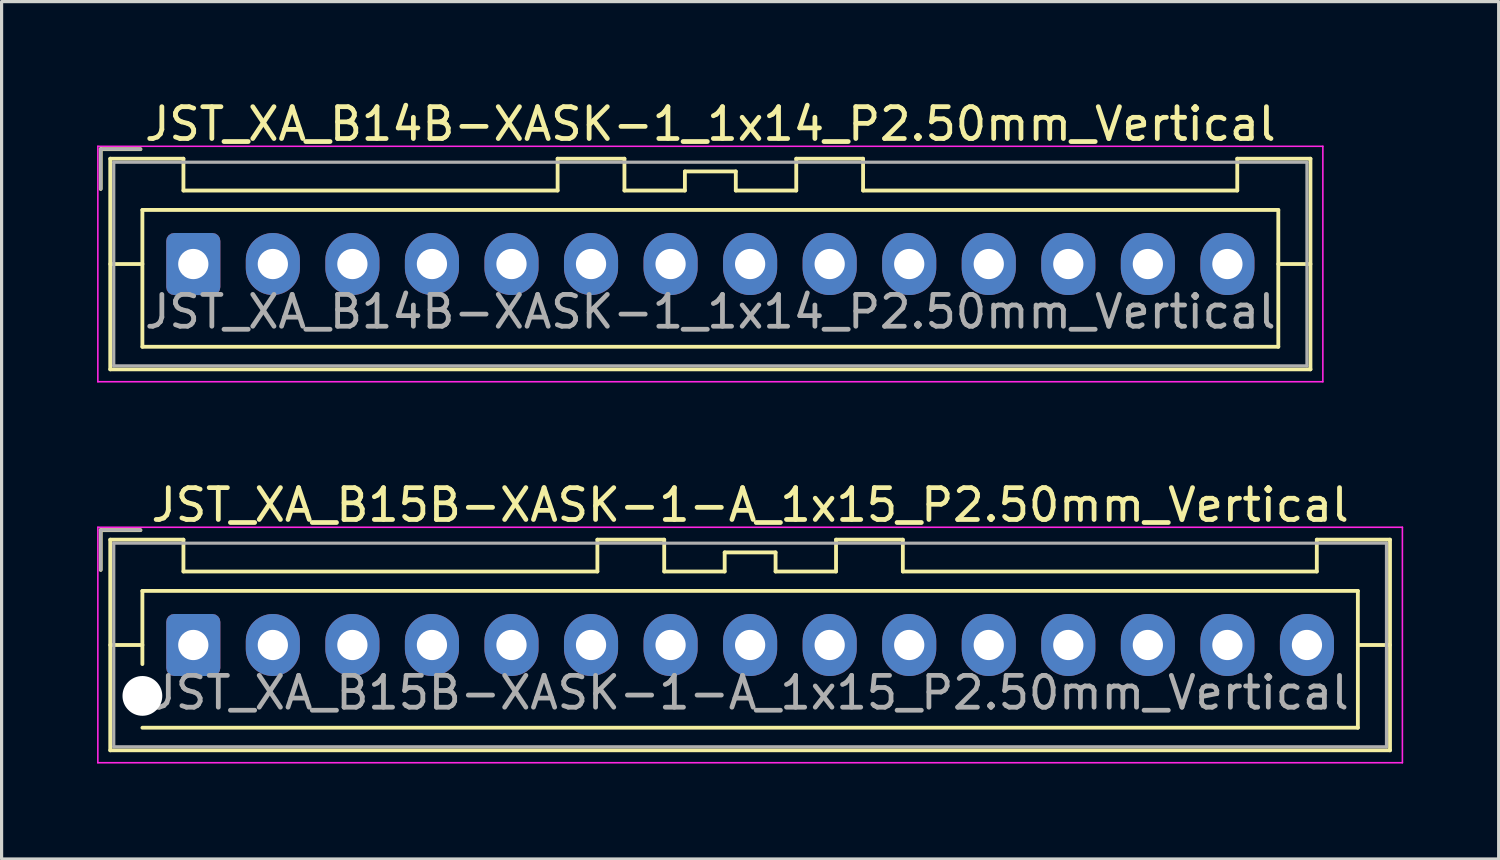
<source format=kicad_pcb>
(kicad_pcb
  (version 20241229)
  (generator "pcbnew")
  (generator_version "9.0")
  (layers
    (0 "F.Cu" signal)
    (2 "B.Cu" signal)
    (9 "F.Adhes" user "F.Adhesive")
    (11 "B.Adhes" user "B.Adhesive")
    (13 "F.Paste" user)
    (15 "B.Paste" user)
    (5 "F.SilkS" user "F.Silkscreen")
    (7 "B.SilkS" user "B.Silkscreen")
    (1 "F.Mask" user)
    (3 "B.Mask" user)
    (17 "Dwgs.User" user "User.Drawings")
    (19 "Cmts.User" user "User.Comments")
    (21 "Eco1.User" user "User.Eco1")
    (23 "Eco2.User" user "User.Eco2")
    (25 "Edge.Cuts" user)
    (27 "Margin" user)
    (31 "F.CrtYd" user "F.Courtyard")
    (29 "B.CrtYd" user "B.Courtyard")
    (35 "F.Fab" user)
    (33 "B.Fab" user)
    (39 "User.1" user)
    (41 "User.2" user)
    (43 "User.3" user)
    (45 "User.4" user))
  (footprint "JST_XA_B14B-XASK-1_1x14_P2.50mm_Vertical"
    (layer "F.Cu")
    (at 3.025 5.248)
    (property "Reference" "JST_XA_B14B-XASK-1_1x14_P2.50mm_Vertical" (at 16.25 -4.4 0) (layer "F.SilkS") (effects (font (size 1 1) (thickness 0.15))))
    (attr through_hole)
    (fp_line (start -2.91 -3.61) (end -2.91 -2.36) (stroke (width 0.12) (type solid)) (layer "F.SilkS"))
    (fp_line (start -2.61 -3.31) (end -2.61 3.31) (stroke (width 0.12) (type solid)) (layer "F.SilkS"))
    (fp_line (start -2.61 0) (end -1.6 0) (stroke (width 0.12) (type solid)) (layer "F.SilkS"))
    (fp_line (start -2.61 3.31) (end 35.11 3.31) (stroke (width 0.12) (type solid)) (layer "F.SilkS"))
    (fp_line (start -1.66 -3.61) (end -2.91 -3.61) (stroke (width 0.12) (type solid)) (layer "F.SilkS"))
    (fp_line (start -1.6 -1.7) (end -1.6 2.6) (stroke (width 0.12) (type solid)) (layer "F.SilkS"))
    (fp_line (start -1.6 2.6) (end 34.1 2.6) (stroke (width 0.12) (type solid)) (layer "F.SilkS"))
    (fp_line (start -0.31 -3.31) (end -2.61 -3.31) (stroke (width 0.12) (type solid)) (layer "F.SilkS"))
    (fp_line (start -0.31 -2.31) (end -0.31 -3.31) (stroke (width 0.12) (type solid)) (layer "F.SilkS"))
    (fp_line (start 11.45 -3.31) (end 11.45 -2.31) (stroke (width 0.12) (type solid)) (layer "F.SilkS"))
    (fp_line (start 11.45 -2.31) (end -0.31 -2.31) (stroke (width 0.12) (type solid)) (layer "F.SilkS"))
    (fp_line (start 13.55 -3.31) (end 11.45 -3.31) (stroke (width 0.12) (type solid)) (layer "F.SilkS"))
    (fp_line (start 13.55 -2.31) (end 13.55 -3.31) (stroke (width 0.12) (type solid)) (layer "F.SilkS"))
    (fp_line (start 15.45 -2.91) (end 15.45 -2.31) (stroke (width 0.12) (type solid)) (layer "F.SilkS"))
    (fp_line (start 15.45 -2.31) (end 13.55 -2.31) (stroke (width 0.12) (type solid)) (layer "F.SilkS"))
    (fp_line (start 17.05 -2.91) (end 15.45 -2.91) (stroke (width 0.12) (type solid)) (layer "F.SilkS"))
    (fp_line (start 17.05 -2.31) (end 17.05 -2.91) (stroke (width 0.12) (type solid)) (layer "F.SilkS"))
    (fp_line (start 18.95 -3.31) (end 18.95 -2.31) (stroke (width 0.12) (type solid)) (layer "F.SilkS"))
    (fp_line (start 18.95 -2.31) (end 17.05 -2.31) (stroke (width 0.12) (type solid)) (layer "F.SilkS"))
    (fp_line (start 21.05 -3.31) (end 18.95 -3.31) (stroke (width 0.12) (type solid)) (layer "F.SilkS"))
    (fp_line (start 21.05 -2.31) (end 21.05 -3.31) (stroke (width 0.12) (type solid)) (layer "F.SilkS"))
    (fp_line (start 32.81 -3.31) (end 32.81 -2.31) (stroke (width 0.12) (type solid)) (layer "F.SilkS"))
    (fp_line (start 32.81 -2.31) (end 21.05 -2.31) (stroke (width 0.12) (type solid)) (layer "F.SilkS"))
    (fp_line (start 34.1 -1.7) (end -1.6 -1.7) (stroke (width 0.12) (type solid)) (layer "F.SilkS"))
    (fp_line (start 34.1 2.6) (end 34.1 -1.7) (stroke (width 0.12) (type solid)) (layer "F.SilkS"))
    (fp_line (start 35.11 -3.31) (end 32.81 -3.31) (stroke (width 0.12) (type solid)) (layer "F.SilkS"))
    (fp_line (start 35.11 0) (end 34.1 0) (stroke (width 0.12) (type solid)) (layer "F.SilkS"))
    (fp_line (start 35.11 3.31) (end 35.11 -3.31) (stroke (width 0.12) (type solid)) (layer "F.SilkS"))
    (fp_line (start -3 -3.7) (end -3 3.7) (stroke (width 0.05) (type solid)) (layer "F.CrtYd"))
    (fp_line (start -3 3.7) (end 35.5 3.7) (stroke (width 0.05) (type solid)) (layer "F.CrtYd"))
    (fp_line (start 35.5 -3.7) (end -3 -3.7) (stroke (width 0.05) (type solid)) (layer "F.CrtYd"))
    (fp_line (start 35.5 3.7) (end 35.5 -3.7) (stroke (width 0.05) (type solid)) (layer "F.CrtYd"))
    (fp_line (start -2.91 -3.61) (end -2.91 -2.36) (stroke (width 0.1) (type solid)) (layer "F.Fab"))
    (fp_line (start -2.5 -3.2) (end -2.5 3.2) (stroke (width 0.1) (type solid)) (layer "F.Fab"))
    (fp_line (start -2.5 3.2) (end 35 3.2) (stroke (width 0.1) (type solid)) (layer "F.Fab"))
    (fp_line (start -1.66 -3.61) (end -2.91 -3.61) (stroke (width 0.1) (type solid)) (layer "F.Fab"))
    (fp_line (start 35 -3.2) (end -2.5 -3.2) (stroke (width 0.1) (type solid)) (layer "F.Fab"))
    (fp_line (start 35 3.2) (end 35 -3.2) (stroke (width 0.1) (type solid)) (layer "F.Fab"))
    (fp_text user "${REFERENCE}" (at 16.25 1.5 0) (layer "F.Fab") (effects (font (size 1 1) (thickness 0.15))))
    (pad "1" thru_hole roundrect (at 0 0) (size 1.7 1.95) (drill 0.95) (layers "*.Cu" "*.Mask") (roundrect_rratio 0.147))
    (pad "2" thru_hole oval (at 2.5 0) (size 1.7 1.95) (drill 0.95) (layers "*.Cu" "*.Mask"))
    (pad "3" thru_hole oval (at 5 0) (size 1.7 1.95) (drill 0.95) (layers "*.Cu" "*.Mask"))
    (pad "4" thru_hole oval (at 7.5 0) (size 1.7 1.95) (drill 0.95) (layers "*.Cu" "*.Mask"))
    (pad "5" thru_hole oval (at 10 0) (size 1.7 1.95) (drill 0.95) (layers "*.Cu" "*.Mask"))
    (pad "6" thru_hole oval (at 12.5 0) (size 1.7 1.95) (drill 0.95) (layers "*.Cu" "*.Mask"))
    (pad "7" thru_hole oval (at 15 0) (size 1.7 1.95) (drill 0.95) (layers "*.Cu" "*.Mask"))
    (pad "8" thru_hole oval (at 17.5 0) (size 1.7 1.95) (drill 0.95) (layers "*.Cu" "*.Mask"))
    (pad "9" thru_hole oval (at 20 0) (size 1.7 1.95) (drill 0.95) (layers "*.Cu" "*.Mask"))
    (pad "10" thru_hole oval (at 22.5 0) (size 1.7 1.95) (drill 0.95) (layers "*.Cu" "*.Mask"))
    (pad "11" thru_hole oval (at 25 0) (size 1.7 1.95) (drill 0.95) (layers "*.Cu" "*.Mask"))
    (pad "12" thru_hole oval (at 27.5 0) (size 1.7 1.95) (drill 0.95) (layers "*.Cu" "*.Mask"))
    (pad "13" thru_hole oval (at 30 0) (size 1.7 1.95) (drill 0.95) (layers "*.Cu" "*.Mask"))
    (pad "14" thru_hole oval (at 32.5 0) (size 1.7 1.95) (drill 0.95) (layers "*.Cu" "*.Mask")))
  (footprint "JST_XA_B15B-XASK-1-A_1x15_P2.50mm_Vertical"
    (layer "F.Cu")
    (at 3.025 17.221)
    (property "Reference" "JST_XA_B15B-XASK-1-A_1x15_P2.50mm_Vertical" (at 17.5 -4.4 0) (layer "F.SilkS") (effects (font (size 1 1) (thickness 0.15))))
    (attr through_hole)
    (fp_line (start -2.91 -3.61) (end -2.91 -2.36) (stroke (width 0.12) (type solid)) (layer "F.SilkS"))
    (fp_line (start -2.61 -3.31) (end -2.61 3.31) (stroke (width 0.12) (type solid)) (layer "F.SilkS"))
    (fp_line (start -2.61 0) (end -1.6 0) (stroke (width 0.12) (type solid)) (layer "F.SilkS"))
    (fp_line (start -2.61 3.31) (end 37.61 3.31) (stroke (width 0.12) (type solid)) (layer "F.SilkS"))
    (fp_line (start -1.66 -3.61) (end -2.91 -3.61) (stroke (width 0.12) (type solid)) (layer "F.SilkS"))
    (fp_line (start -1.6 -1.7) (end 36.6 -1.7) (stroke (width 0.12) (type solid)) (layer "F.SilkS"))
    (fp_line (start -1.6 0.6) (end -1.6 -1.7) (stroke (width 0.12) (type solid)) (layer "F.SilkS"))
    (fp_line (start -0.31 -3.31) (end -2.61 -3.31) (stroke (width 0.12) (type solid)) (layer "F.SilkS"))
    (fp_line (start -0.31 -2.31) (end -0.31 -3.31) (stroke (width 0.12) (type solid)) (layer "F.SilkS"))
    (fp_line (start 12.7 -3.31) (end 12.7 -2.31) (stroke (width 0.12) (type solid)) (layer "F.SilkS"))
    (fp_line (start 12.7 -2.31) (end -0.31 -2.31) (stroke (width 0.12) (type solid)) (layer "F.SilkS"))
    (fp_line (start 14.8 -3.31) (end 12.7 -3.31) (stroke (width 0.12) (type solid)) (layer "F.SilkS"))
    (fp_line (start 14.8 -2.31) (end 14.8 -3.31) (stroke (width 0.12) (type solid)) (layer "F.SilkS"))
    (fp_line (start 16.7 -2.91) (end 16.7 -2.31) (stroke (width 0.12) (type solid)) (layer "F.SilkS"))
    (fp_line (start 16.7 -2.31) (end 14.8 -2.31) (stroke (width 0.12) (type solid)) (layer "F.SilkS"))
    (fp_line (start 18.3 -2.91) (end 16.7 -2.91) (stroke (width 0.12) (type solid)) (layer "F.SilkS"))
    (fp_line (start 18.3 -2.31) (end 18.3 -2.91) (stroke (width 0.12) (type solid)) (layer "F.SilkS"))
    (fp_line (start 20.2 -3.31) (end 20.2 -2.31) (stroke (width 0.12) (type solid)) (layer "F.SilkS"))
    (fp_line (start 20.2 -2.31) (end 18.3 -2.31) (stroke (width 0.12) (type solid)) (layer "F.SilkS"))
    (fp_line (start 22.3 -3.31) (end 20.2 -3.31) (stroke (width 0.12) (type solid)) (layer "F.SilkS"))
    (fp_line (start 22.3 -2.31) (end 22.3 -3.31) (stroke (width 0.12) (type solid)) (layer "F.SilkS"))
    (fp_line (start 35.31 -3.31) (end 35.31 -2.31) (stroke (width 0.12) (type solid)) (layer "F.SilkS"))
    (fp_line (start 35.31 -2.31) (end 22.3 -2.31) (stroke (width 0.12) (type solid)) (layer "F.SilkS"))
    (fp_line (start 36.6 -1.7) (end 36.6 2.6) (stroke (width 0.12) (type solid)) (layer "F.SilkS"))
    (fp_line (start 36.6 2.6) (end -1.6 2.6) (stroke (width 0.12) (type solid)) (layer "F.SilkS"))
    (fp_line (start 37.61 -3.31) (end 35.31 -3.31) (stroke (width 0.12) (type solid)) (layer "F.SilkS"))
    (fp_line (start 37.61 0) (end 36.6 0) (stroke (width 0.12) (type solid)) (layer "F.SilkS"))
    (fp_line (start 37.61 3.31) (end 37.61 -3.31) (stroke (width 0.12) (type solid)) (layer "F.SilkS"))
    (fp_line (start -3 -3.7) (end -3 3.7) (stroke (width 0.05) (type solid)) (layer "F.CrtYd"))
    (fp_line (start -3 3.7) (end 38 3.7) (stroke (width 0.05) (type solid)) (layer "F.CrtYd"))
    (fp_line (start 38 -3.7) (end -3 -3.7) (stroke (width 0.05) (type solid)) (layer "F.CrtYd"))
    (fp_line (start 38 3.7) (end 38 -3.7) (stroke (width 0.05) (type solid)) (layer "F.CrtYd"))
    (fp_line (start -2.91 -3.61) (end -2.91 -2.36) (stroke (width 0.1) (type solid)) (layer "F.Fab"))
    (fp_line (start -2.5 -3.2) (end -2.5 3.2) (stroke (width 0.1) (type solid)) (layer "F.Fab"))
    (fp_line (start -2.5 3.2) (end 37.5 3.2) (stroke (width 0.1) (type solid)) (layer "F.Fab"))
    (fp_line (start -1.66 -3.61) (end -2.91 -3.61) (stroke (width 0.1) (type solid)) (layer "F.Fab"))
    (fp_line (start 37.5 -3.2) (end -2.5 -3.2) (stroke (width 0.1) (type solid)) (layer "F.Fab"))
    (fp_line (start 37.5 3.2) (end 37.5 -3.2) (stroke (width 0.1) (type solid)) (layer "F.Fab"))
    (fp_text user "${REFERENCE}" (at 17.5 1.5 0) (layer "F.Fab") (effects (font (size 1 1) (thickness 0.15))))
    (pad "" np_thru_hole circle (at -1.6 1.6) (size 1.25 1.25) (drill 1.25) (layers "*.Cu" "*.Mask"))
    (pad "1" thru_hole roundrect (at 0 0) (size 1.7 1.95) (drill 0.95) (layers "*.Cu" "*.Mask") (roundrect_rratio 0.147))
    (pad "2" thru_hole oval (at 2.5 0) (size 1.7 1.95) (drill 0.95) (layers "*.Cu" "*.Mask"))
    (pad "3" thru_hole oval (at 5 0) (size 1.7 1.95) (drill 0.95) (layers "*.Cu" "*.Mask"))
    (pad "4" thru_hole oval (at 7.5 0) (size 1.7 1.95) (drill 0.95) (layers "*.Cu" "*.Mask"))
    (pad "5" thru_hole oval (at 10 0) (size 1.7 1.95) (drill 0.95) (layers "*.Cu" "*.Mask"))
    (pad "6" thru_hole oval (at 12.5 0) (size 1.7 1.95) (drill 0.95) (layers "*.Cu" "*.Mask"))
    (pad "7" thru_hole oval (at 15 0) (size 1.7 1.95) (drill 0.95) (layers "*.Cu" "*.Mask"))
    (pad "8" thru_hole oval (at 17.5 0) (size 1.7 1.95) (drill 0.95) (layers "*.Cu" "*.Mask"))
    (pad "9" thru_hole oval (at 20 0) (size 1.7 1.95) (drill 0.95) (layers "*.Cu" "*.Mask"))
    (pad "10" thru_hole oval (at 22.5 0) (size 1.7 1.95) (drill 0.95) (layers "*.Cu" "*.Mask"))
    (pad "11" thru_hole oval (at 25 0) (size 1.7 1.95) (drill 0.95) (layers "*.Cu" "*.Mask"))
    (pad "12" thru_hole oval (at 27.5 0) (size 1.7 1.95) (drill 0.95) (layers "*.Cu" "*.Mask"))
    (pad "13" thru_hole oval (at 30 0) (size 1.7 1.95) (drill 0.95) (layers "*.Cu" "*.Mask"))
    (pad "14" thru_hole oval (at 32.5 0) (size 1.7 1.95) (drill 0.95) (layers "*.Cu" "*.Mask"))
    (pad "15" thru_hole oval (at 35 0) (size 1.7 1.95) (drill 0.95) (layers "*.Cu" "*.Mask")))
  (gr_rect
    (start -3 -3)
    (end 44.05 23.947)
    (stroke (width 0.1) (type default))
    (fill no)
    (layer "Edge.Cuts")))
</source>
